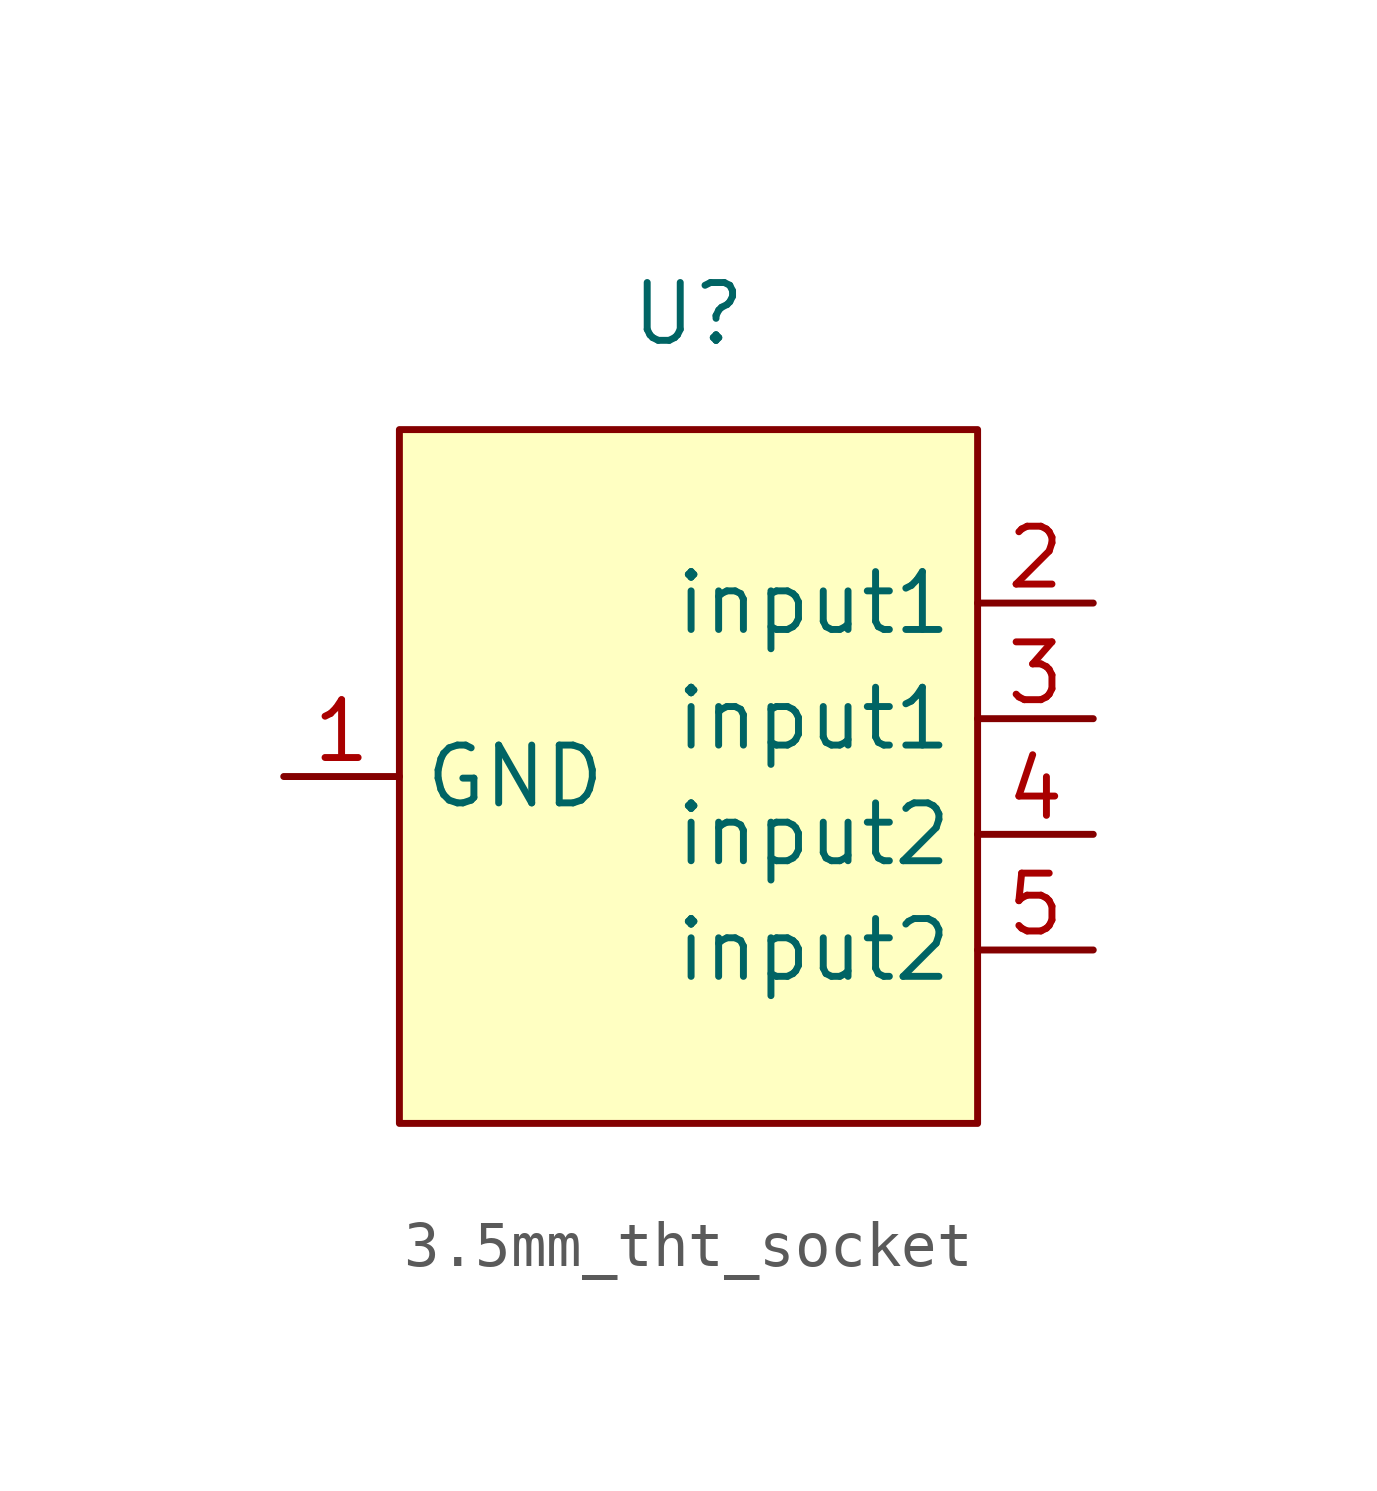
<source format=kicad_sym>
(kicad_symbol_lib
  (version 20220914)
  (generator kicad_symbol_editor)
  (symbol "3.5mm_tht_socket"
    (property "Reference" "U"
      (at 0 8.89 0)
      (effects (font (size 1.27 1.27))))
    (property "Value" ""
      (at 0 8.89 0)
      (effects (font (size 1.27 1.27))))
    (symbol "3.5mm_tht_socket_1_1"
      (rectangle (start -6.35 6.35) (end 6.35 -8.89) (stroke (width 0) (type default)) (fill (type background)))
      (pin input line (at -8.89 -1.27 0) (length 2.54) (name "GND" (effects (font (size 1.27 1.27)))) (number "1" (effects (font (size 1.27 1.27)))))
      (pin input line (at 8.89 2.54 180) (length 2.54) (name "input1" (effects (font (size 1.27 1.27)))) (number "2" (effects (font (size 1.27 1.27)))))
      (pin input line (at 8.89 0 180) (length 2.54) (name "input1" (effects (font (size 1.27 1.27)))) (number "3" (effects (font (size 1.27 1.27)))))
      (pin input line (at 8.89 -2.54 180) (length 2.54) (name "input2" (effects (font (size 1.27 1.27)))) (number "4" (effects (font (size 1.27 1.27)))))
      (pin input line (at 8.89 -5.08 180) (length 2.54) (name "input2" (effects (font (size 1.27 1.27)))) (number "5" (effects (font (size 1.27 1.27))))))))
</source>
